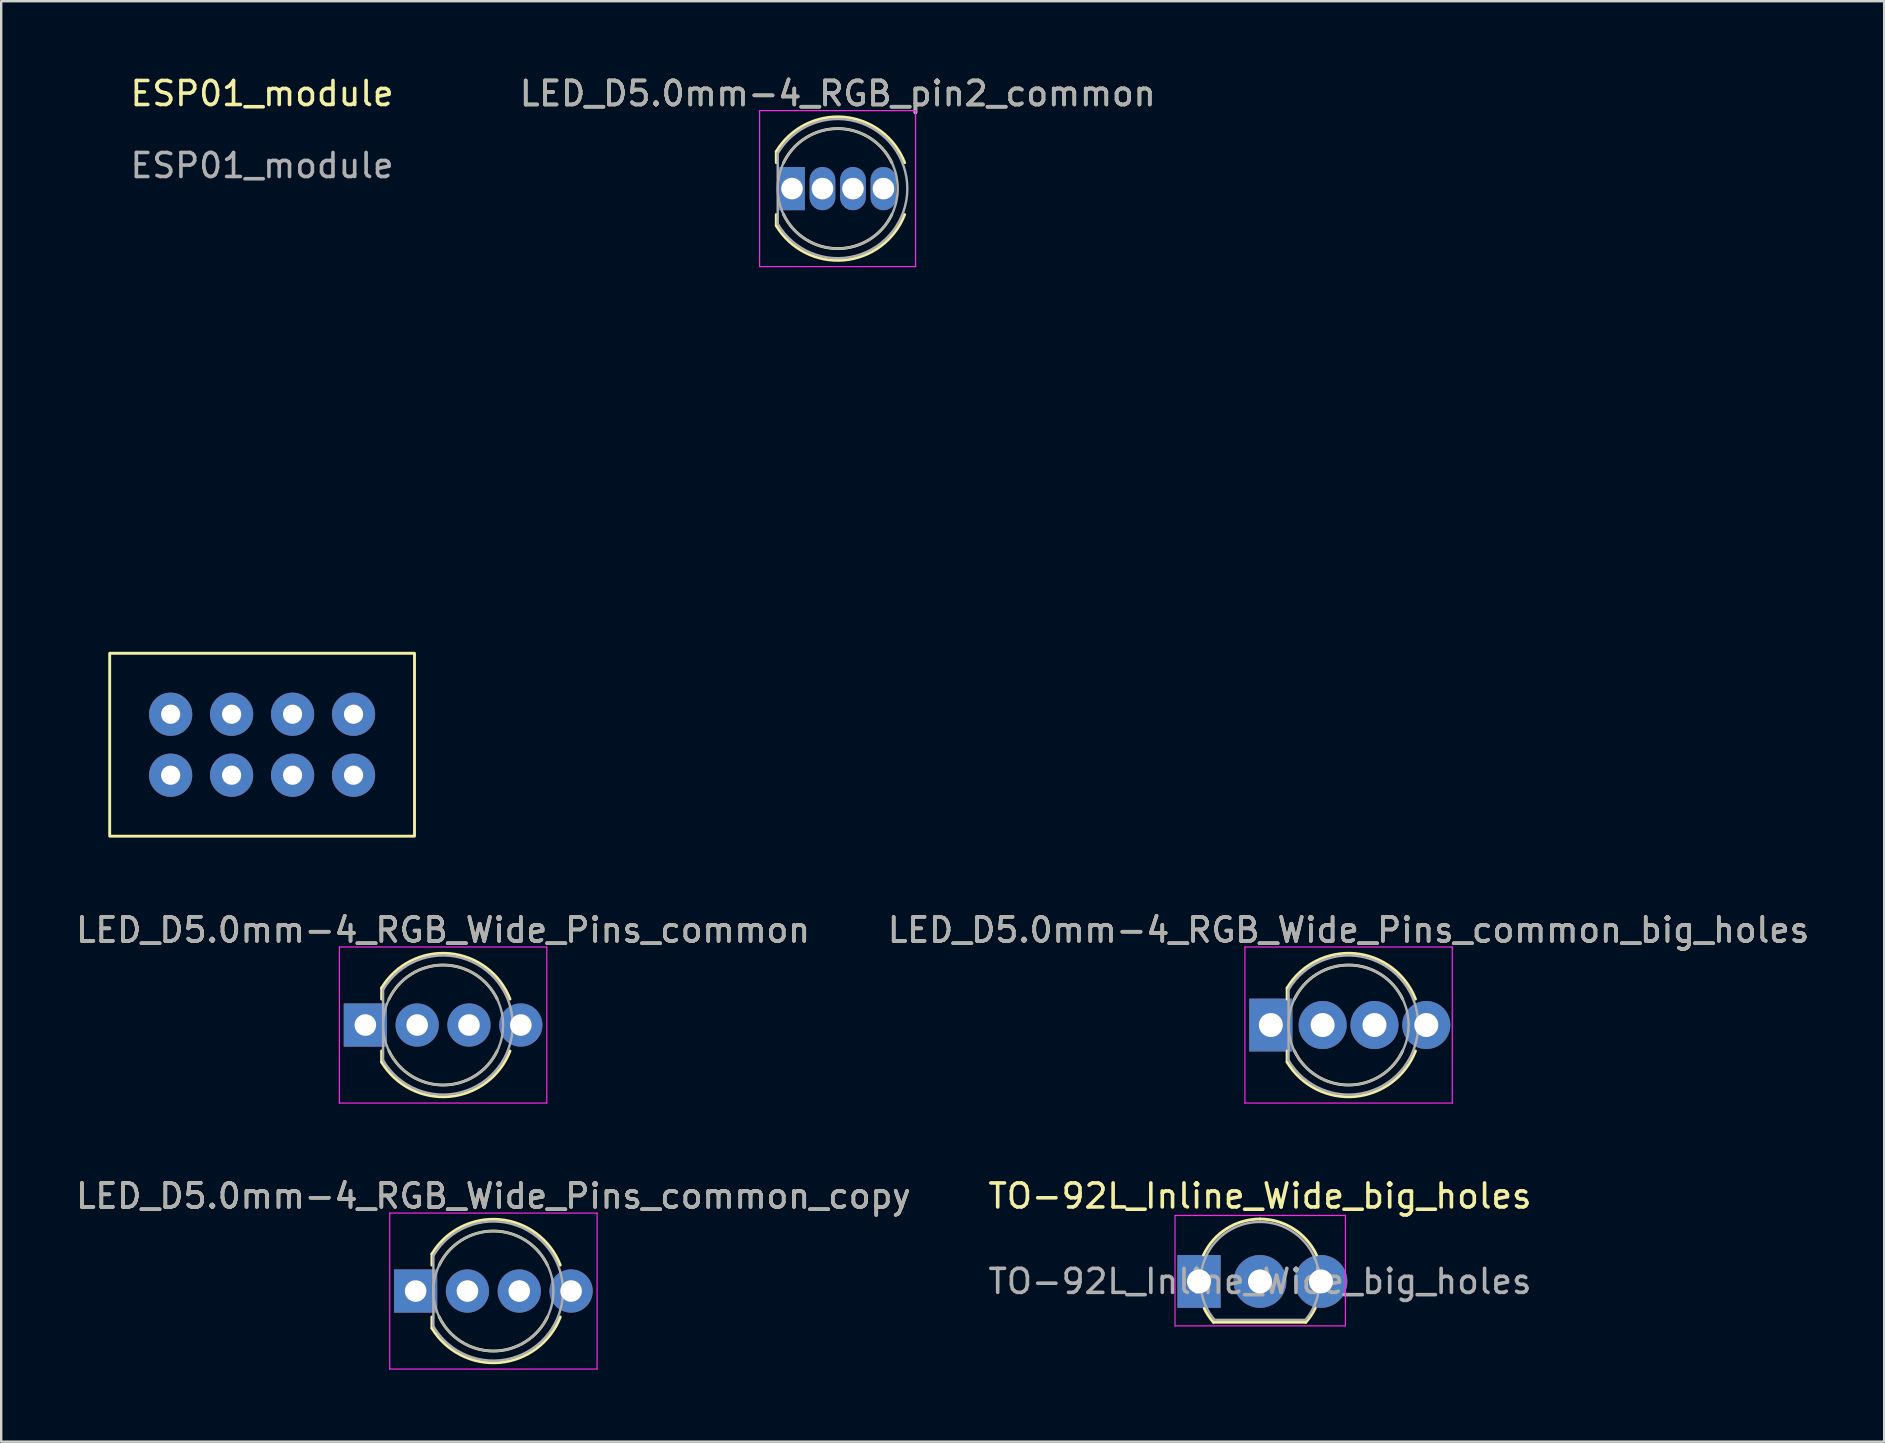
<source format=kicad_pcb>
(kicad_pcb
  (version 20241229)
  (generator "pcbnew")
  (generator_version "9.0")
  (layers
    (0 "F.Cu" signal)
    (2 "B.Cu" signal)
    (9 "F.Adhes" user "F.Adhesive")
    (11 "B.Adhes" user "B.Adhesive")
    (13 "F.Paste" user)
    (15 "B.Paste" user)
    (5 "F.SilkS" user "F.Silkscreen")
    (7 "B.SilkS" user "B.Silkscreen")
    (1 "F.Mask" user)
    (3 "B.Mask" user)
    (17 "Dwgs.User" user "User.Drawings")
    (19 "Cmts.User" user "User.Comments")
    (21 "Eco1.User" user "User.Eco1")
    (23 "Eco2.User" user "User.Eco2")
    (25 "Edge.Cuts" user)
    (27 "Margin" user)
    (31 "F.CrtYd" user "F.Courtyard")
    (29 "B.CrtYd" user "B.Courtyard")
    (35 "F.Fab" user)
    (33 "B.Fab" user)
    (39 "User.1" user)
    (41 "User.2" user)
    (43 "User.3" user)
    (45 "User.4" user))
  (footprint "LED_D5.0mm-4_RGB_Wide_Pins_common_big_holes"
    (layer "F.Cu")
    (at 49.898 39.657)
    (property "Reference" "LED_D5.0mm-4_RGB_Wide_Pins_common_big_holes" (at 3.239 -3.96 0) (layer "F.SilkS") (effects (font (size 1 1) (thickness 0.15))))
    (attr through_hole)
    (fp_line (start 0.678 -1.545) (end 0.678 -1.08) (stroke (width 0.12) (type solid)) (layer "F.SilkS"))
    (fp_line (start 0.678 1.08) (end 0.678 1.545) (stroke (width 0.12) (type solid)) (layer "F.SilkS"))
    (fp_arc (start 0.6785 -1.54483) (mid 3.496956 -2.978809) (end 6.026315 -1.080827) (stroke (width 0.12) (type solid)) (layer "F.SilkS"))
    (fp_arc (start 0.983816 -1.08) (mid 3.238262 -2.5) (end 5.492979 -1.080429) (stroke (width 0.12) (type solid)) (layer "F.SilkS"))
    (fp_arc (start 5.492979 1.080429) (mid 3.238262 2.5) (end 0.983816 1.08) (stroke (width 0.12) (type solid)) (layer "F.SilkS"))
    (fp_arc (start 6.026315 1.080827) (mid 3.496956 2.978808) (end 0.6785 1.54483) (stroke (width 0.12) (type solid)) (layer "F.SilkS"))
    (fp_line (start -1.08 -3.25) (end -1.08 3.25) (stroke (width 0.05) (type solid)) (layer "F.CrtYd"))
    (fp_line (start -1.08 3.25) (end 7.56 3.25) (stroke (width 0.05) (type solid)) (layer "F.CrtYd"))
    (fp_line (start 7.56 -3.25) (end -1.08 -3.25) (stroke (width 0.05) (type solid)) (layer "F.CrtYd"))
    (fp_line (start 7.56 3.25) (end 7.56 -3.25) (stroke (width 0.05) (type solid)) (layer "F.CrtYd"))
    (fp_line (start 0.739 -1.47) (end 0.739 1.47) (stroke (width 0.1) (type solid)) (layer "F.Fab"))
    (fp_arc (start 0.7385 -1.469694) (mid 6.1385 0.000016) (end 0.738484 1.469666) (stroke (width 0.1) (type solid)) (layer "F.Fab"))
    (fp_circle (center 3.239 0) (end 5.739 0) (stroke (width 0.1) (type solid)) (fill no) (layer "F.Fab"))
    (fp_text user "${REFERENCE}" (at 3.239 -3.96 0) (layer "F.Fab") (effects (font (size 1 1) (thickness 0.15))))
    (pad "1" thru_hole rect (at 0 0) (size 1.8 2.2) (drill 1) (layers "*.Cu" "*.Mask"))
    (pad "2" thru_hole circle (at 4.318 0) (size 2 2) (drill 1) (layers "*.Cu" "*.Mask"))
    (pad "3" thru_hole circle (at 6.477 0) (size 2 2) (drill 1) (layers "*.Cu" "*.Mask"))
    (pad "4" thru_hole circle (at 2.159 0) (size 2 2) (drill 1) (layers "*.Cu" "*.Mask")))
  (footprint "LED_D5.0mm-4_RGB_Wide_Pins_common"
    (layer "F.Cu")
    (at 12.172 39.657)
    (property "Reference" "LED_D5.0mm-4_RGB_Wide_Pins_common" (at 3.239 -3.96 0) (layer "F.SilkS") (effects (font (size 1 1) (thickness 0.15))))
    (attr through_hole)
    (fp_line (start 0.678 -1.545) (end 0.678 -1.08) (stroke (width 0.12) (type solid)) (layer "F.SilkS"))
    (fp_line (start 0.678 1.08) (end 0.678 1.545) (stroke (width 0.12) (type solid)) (layer "F.SilkS"))
    (fp_arc (start 0.6785 -1.54483) (mid 3.496956 -2.978809) (end 6.026315 -1.080827) (stroke (width 0.12) (type solid)) (layer "F.SilkS"))
    (fp_arc (start 0.983816 -1.08) (mid 3.238262 -2.5) (end 5.492979 -1.080429) (stroke (width 0.12) (type solid)) (layer "F.SilkS"))
    (fp_arc (start 5.492979 1.080429) (mid 3.238262 2.5) (end 0.983816 1.08) (stroke (width 0.12) (type solid)) (layer "F.SilkS"))
    (fp_arc (start 6.026315 1.080827) (mid 3.496956 2.978808) (end 0.6785 1.54483) (stroke (width 0.12) (type solid)) (layer "F.SilkS"))
    (fp_line (start -1.08 -3.25) (end -1.08 3.25) (stroke (width 0.05) (type solid)) (layer "F.CrtYd"))
    (fp_line (start -1.08 3.25) (end 7.56 3.25) (stroke (width 0.05) (type solid)) (layer "F.CrtYd"))
    (fp_line (start 7.56 -3.25) (end -1.08 -3.25) (stroke (width 0.05) (type solid)) (layer "F.CrtYd"))
    (fp_line (start 7.56 3.25) (end 7.56 -3.25) (stroke (width 0.05) (type solid)) (layer "F.CrtYd"))
    (fp_line (start 0.739 -1.47) (end 0.739 1.47) (stroke (width 0.1) (type solid)) (layer "F.Fab"))
    (fp_arc (start 0.7385 -1.469694) (mid 6.1385 0.000016) (end 0.738484 1.469666) (stroke (width 0.1) (type solid)) (layer "F.Fab"))
    (fp_circle (center 3.239 0) (end 5.739 0) (stroke (width 0.1) (type solid)) (fill no) (layer "F.Fab"))
    (fp_text user "${REFERENCE}" (at 3.239 -3.96 0) (layer "F.Fab") (effects (font (size 1 1) (thickness 0.15))))
    (pad "1" thru_hole rect (at 0 0) (size 1.8 1.8) (drill 0.9) (layers "*.Cu" "*.Mask"))
    (pad "2" thru_hole circle (at 4.318 0) (size 1.8 1.8) (drill 0.9) (layers "*.Cu" "*.Mask"))
    (pad "3" thru_hole circle (at 6.477 0) (size 1.8 1.8) (drill 0.9) (layers "*.Cu" "*.Mask"))
    (pad "4" thru_hole circle (at 2.159 0) (size 1.8 1.8) (drill 0.9) (layers "*.Cu" "*.Mask")))
  (footprint "LED_D5.0mm-4_RGB_Wide_Pins_common_copy"
    (layer "F.Cu")
    (at 14.267 50.74)
    (property "Reference" "LED_D5.0mm-4_RGB_Wide_Pins_common_copy" (at 3.239 -3.96 0) (layer "F.SilkS") (effects (font (size 1 1) (thickness 0.15))))
    (attr through_hole)
    (fp_line (start 0.678 -1.545) (end 0.678 -1.08) (stroke (width 0.12) (type solid)) (layer "F.SilkS"))
    (fp_line (start 0.678 1.08) (end 0.678 1.545) (stroke (width 0.12) (type solid)) (layer "F.SilkS"))
    (fp_arc (start 0.6785 -1.54483) (mid 3.496956 -2.978809) (end 6.026315 -1.080827) (stroke (width 0.12) (type solid)) (layer "F.SilkS"))
    (fp_arc (start 0.983816 -1.08) (mid 3.238262 -2.5) (end 5.492979 -1.080429) (stroke (width 0.12) (type solid)) (layer "F.SilkS"))
    (fp_arc (start 5.492979 1.080429) (mid 3.238262 2.5) (end 0.983816 1.08) (stroke (width 0.12) (type solid)) (layer "F.SilkS"))
    (fp_arc (start 6.026315 1.080827) (mid 3.496956 2.978808) (end 0.6785 1.54483) (stroke (width 0.12) (type solid)) (layer "F.SilkS"))
    (fp_line (start -1.08 -3.25) (end -1.08 3.25) (stroke (width 0.05) (type solid)) (layer "F.CrtYd"))
    (fp_line (start -1.08 3.25) (end 7.56 3.25) (stroke (width 0.05) (type solid)) (layer "F.CrtYd"))
    (fp_line (start 7.56 -3.25) (end -1.08 -3.25) (stroke (width 0.05) (type solid)) (layer "F.CrtYd"))
    (fp_line (start 7.56 3.25) (end 7.56 -3.25) (stroke (width 0.05) (type solid)) (layer "F.CrtYd"))
    (fp_line (start 0.739 -1.47) (end 0.739 1.47) (stroke (width 0.1) (type solid)) (layer "F.Fab"))
    (fp_arc (start 0.7385 -1.469694) (mid 6.1385 0.000016) (end 0.738484 1.469666) (stroke (width 0.1) (type solid)) (layer "F.Fab"))
    (fp_circle (center 3.239 0) (end 5.739 0) (stroke (width 0.1) (type solid)) (fill no) (layer "F.Fab"))
    (fp_text user "${REFERENCE}" (at 3.239 -3.96 0) (layer "F.Fab") (effects (font (size 1 1) (thickness 0.15))))
    (pad "1" thru_hole rect (at 0 0) (size 1.8 1.8) (drill 0.9) (layers "*.Cu" "*.Mask"))
    (pad "2" thru_hole circle (at 4.318 0) (size 1.8 1.8) (drill 0.9) (layers "*.Cu" "*.Mask"))
    (pad "3" thru_hole circle (at 6.477 0) (size 1.8 1.8) (drill 0.9) (layers "*.Cu" "*.Mask"))
    (pad "4" thru_hole circle (at 2.159 0) (size 1.8 1.8) (drill 0.9) (layers "*.Cu" "*.Mask")))
  (footprint "TO-92L_Inline_Wide_big_holes"
    (layer "F.Cu")
    (at 46.906 50.34)
    (property "Reference" "TO-92L_Inline_Wide_big_holes" (at 2.54 -3.56 0) (layer "F.SilkS") (effects (font (size 1 1) (thickness 0.15))))
    (attr through_hole)
    (fp_line (start 0.6 1.7) (end 4.45 1.7) (stroke (width 0.12) (type solid)) (layer "F.SilkS"))
    (fp_arc (start 0.1836 -1.098807) (mid 1.143021 -2.192817) (end 2.54 -2.6) (stroke (width 0.12) (type solid)) (layer "F.SilkS"))
    (fp_arc (start 0.6 1.7) (mid 0.389183 1.423933) (end 0.217369 1.122045) (stroke (width 0.12) (type solid)) (layer "F.SilkS"))
    (fp_arc (start 2.54 -2.6) (mid 3.936979 -2.192818) (end 4.8964 -1.098807) (stroke (width 0.12) (type solid)) (layer "F.SilkS"))
    (fp_arc (start 4.842383 1.112264) (mid 4.666594 1.419753) (end 4.45 1.7) (stroke (width 0.12) (type solid)) (layer "F.SilkS"))
    (fp_line (start -1 -2.75) (end -1 1.85) (stroke (width 0.05) (type solid)) (layer "F.CrtYd"))
    (fp_line (start -1 -2.75) (end 6.1 -2.75) (stroke (width 0.05) (type solid)) (layer "F.CrtYd"))
    (fp_line (start 6.1 1.85) (end -1 1.85) (stroke (width 0.05) (type solid)) (layer "F.CrtYd"))
    (fp_line (start 6.1 1.85) (end 6.1 -2.75) (stroke (width 0.05) (type solid)) (layer "F.CrtYd"))
    (fp_line (start 0.65 1.6) (end 4.4 1.6) (stroke (width 0.1) (type solid)) (layer "F.Fab"))
    (fp_arc (start 0.647182 1.602385) (mid 0.290076 -1.043188) (end 2.54 -2.48) (stroke (width 0.1) (type solid)) (layer "F.Fab"))
    (fp_arc (start 2.54 -2.48) (mid 4.787211 -1.049019) (end 4.441103 1.592547) (stroke (width 0.1) (type solid)) (layer "F.Fab"))
    (fp_text user "${REFERENCE}" (at 2.54 0 0) (layer "F.Fab") (effects (font (size 1 1) (thickness 0.15))))
    (pad "1" thru_hole rect (at 0 0) (size 1.8 2.2) (drill 1) (layers "*.Cu" "*.Mask"))
    (pad "2" thru_hole circle (at 2.54 0) (size 2.2 2.2) (drill 1) (layers "*.Cu" "*.Mask"))
    (pad "3" thru_hole circle (at 5.08 0) (size 2.2 2.2) (drill 1) (layers "*.Cu" "*.Mask")))
  (footprint "LED_D5.0mm-4_RGB_pin2_common"
    (layer "F.Cu")
    (at 29.948 4.808)
    (property "Reference" "LED_D5.0mm-4_RGB_pin2_common" (at 1.905 -3.96 0) (layer "F.SilkS") (effects (font (size 1 1) (thickness 0.15))))
    (attr through_hole)
    (fp_line (start -0.655 -1.545) (end -0.655 -1.08) (stroke (width 0.12) (type solid)) (layer "F.SilkS"))
    (fp_line (start -0.655 1.08) (end -0.655 1.545) (stroke (width 0.12) (type solid)) (layer "F.SilkS"))
    (fp_arc (start -0.655 -1.54483) (mid 2.163456 -2.978809) (end 4.692815 -1.080827) (stroke (width 0.12) (type solid)) (layer "F.SilkS"))
    (fp_arc (start -0.349684 -1.08) (mid 1.904762 -2.5) (end 4.159479 -1.080429) (stroke (width 0.12) (type solid)) (layer "F.SilkS"))
    (fp_arc (start 4.159479 1.080429) (mid 1.904762 2.5) (end -0.349684 1.08) (stroke (width 0.12) (type solid)) (layer "F.SilkS"))
    (fp_arc (start 4.692815 1.080827) (mid 2.163456 2.978808) (end -0.655 1.54483) (stroke (width 0.12) (type solid)) (layer "F.SilkS"))
    (fp_line (start -1.35 -3.25) (end -1.35 3.25) (stroke (width 0.05) (type solid)) (layer "F.CrtYd"))
    (fp_line (start -1.35 3.25) (end 5.15 3.25) (stroke (width 0.05) (type solid)) (layer "F.CrtYd"))
    (fp_line (start 5.15 -3.25) (end -1.35 -3.25) (stroke (width 0.05) (type solid)) (layer "F.CrtYd"))
    (fp_line (start 5.15 3.25) (end 5.15 -3.25) (stroke (width 0.05) (type solid)) (layer "F.CrtYd"))
    (fp_line (start -0.595 -1.47) (end -0.595 1.47) (stroke (width 0.1) (type solid)) (layer "F.Fab"))
    (fp_arc (start -0.595 -1.469694) (mid 4.805 0.000016) (end -0.595016 1.469666) (stroke (width 0.1) (type solid)) (layer "F.Fab"))
    (fp_circle (center 1.905 0) (end 4.405 0) (stroke (width 0.1) (type solid)) (fill no) (layer "F.Fab"))
    (fp_text user "${REFERENCE}" (at 1.905 -3.96 0) (layer "F.Fab") (effects (font (size 1 1) (thickness 0.15))))
    (pad "1" thru_hole rect (at 0 0) (size 1.07 1.8) (drill 0.9) (layers "*.Cu" "*.Mask"))
    (pad "2" thru_hole oval (at 2.54 0) (size 1.07 1.8) (drill 0.9) (layers "*.Cu" "*.Mask"))
    (pad "3" thru_hole oval (at 3.81 0) (size 1.07 1.8) (drill 0.9) (layers "*.Cu" "*.Mask"))
    (pad "4" thru_hole oval (at 1.27 0) (size 1.07 1.8) (drill 0.9) (layers "*.Cu" "*.Mask")))
  (footprint "ESP01_module"
    (layer "F.Cu")
    (at 0.25 19.088)
    (property "Reference" "ESP01_module" (at 7.62 -18.24 0) (unlocked yes) (layer "F.SilkS") (effects (font (size 1 1) (thickness 0.15))))
    (attr through_hole)
    (fp_rect (start 1.27 5.08) (end 13.97 12.7) (stroke (width 0.12) (type default)) (fill no) (layer "F.SilkS"))
    (fp_text user "${REFERENCE}" (at 7.62 -15.24 0) (unlocked yes) (layer "F.Fab") (effects (font (size 1 1) (thickness 0.15))))
    (pad "1" thru_hole circle (at 3.81 7.62) (size 1.8 1.8) (drill 0.8) (layers "*.Cu" "*.Mask"))
    (pad "2" thru_hole circle (at 3.81 10.16) (size 1.8 1.8) (drill 0.8) (layers "*.Cu" "*.Mask"))
    (pad "3" thru_hole circle (at 6.35 7.62) (size 1.8 1.8) (drill 0.8) (layers "*.Cu" "*.Mask"))
    (pad "4" thru_hole circle (at 6.35 10.16) (size 1.8 1.8) (drill 0.8) (layers "*.Cu" "*.Mask"))
    (pad "5" thru_hole circle (at 8.89 7.62) (size 1.8 1.8) (drill 0.8) (layers "*.Cu" "*.Mask"))
    (pad "6" thru_hole circle (at 8.89 10.16) (size 1.8 1.8) (drill 0.8) (layers "*.Cu" "*.Mask"))
    (pad "7" thru_hole circle (at 11.43 7.62) (size 1.8 1.8) (drill 0.8) (layers "*.Cu" "*.Mask"))
    (pad "8" thru_hole circle (at 11.43 10.16) (size 1.8 1.8) (drill 0.8) (layers "*.Cu" "*.Mask"))
    (zone (net_name "") (layer "F.SilkS") (hatch edge 0.5) (connect_pads) (min_thickness 0.25) (filled_areas_thickness no) (keepout (tracks not_allowed) (vias not_allowed) (pads not_allowed) (copperpour allowed) (footprints allowed)) (placement (enabled no)) (fill) (polygon (pts (xy 0.25 6.388) (xy 15.49 6.388) (xy 15.49 31.788) (xy 0.25 31.788)))))
  (gr_rect
    (start -3 -3)
    (end 75.452 57.015)
    (stroke (width 0.1) (type default))
    (fill no)
    (layer "Edge.Cuts")))
</source>
